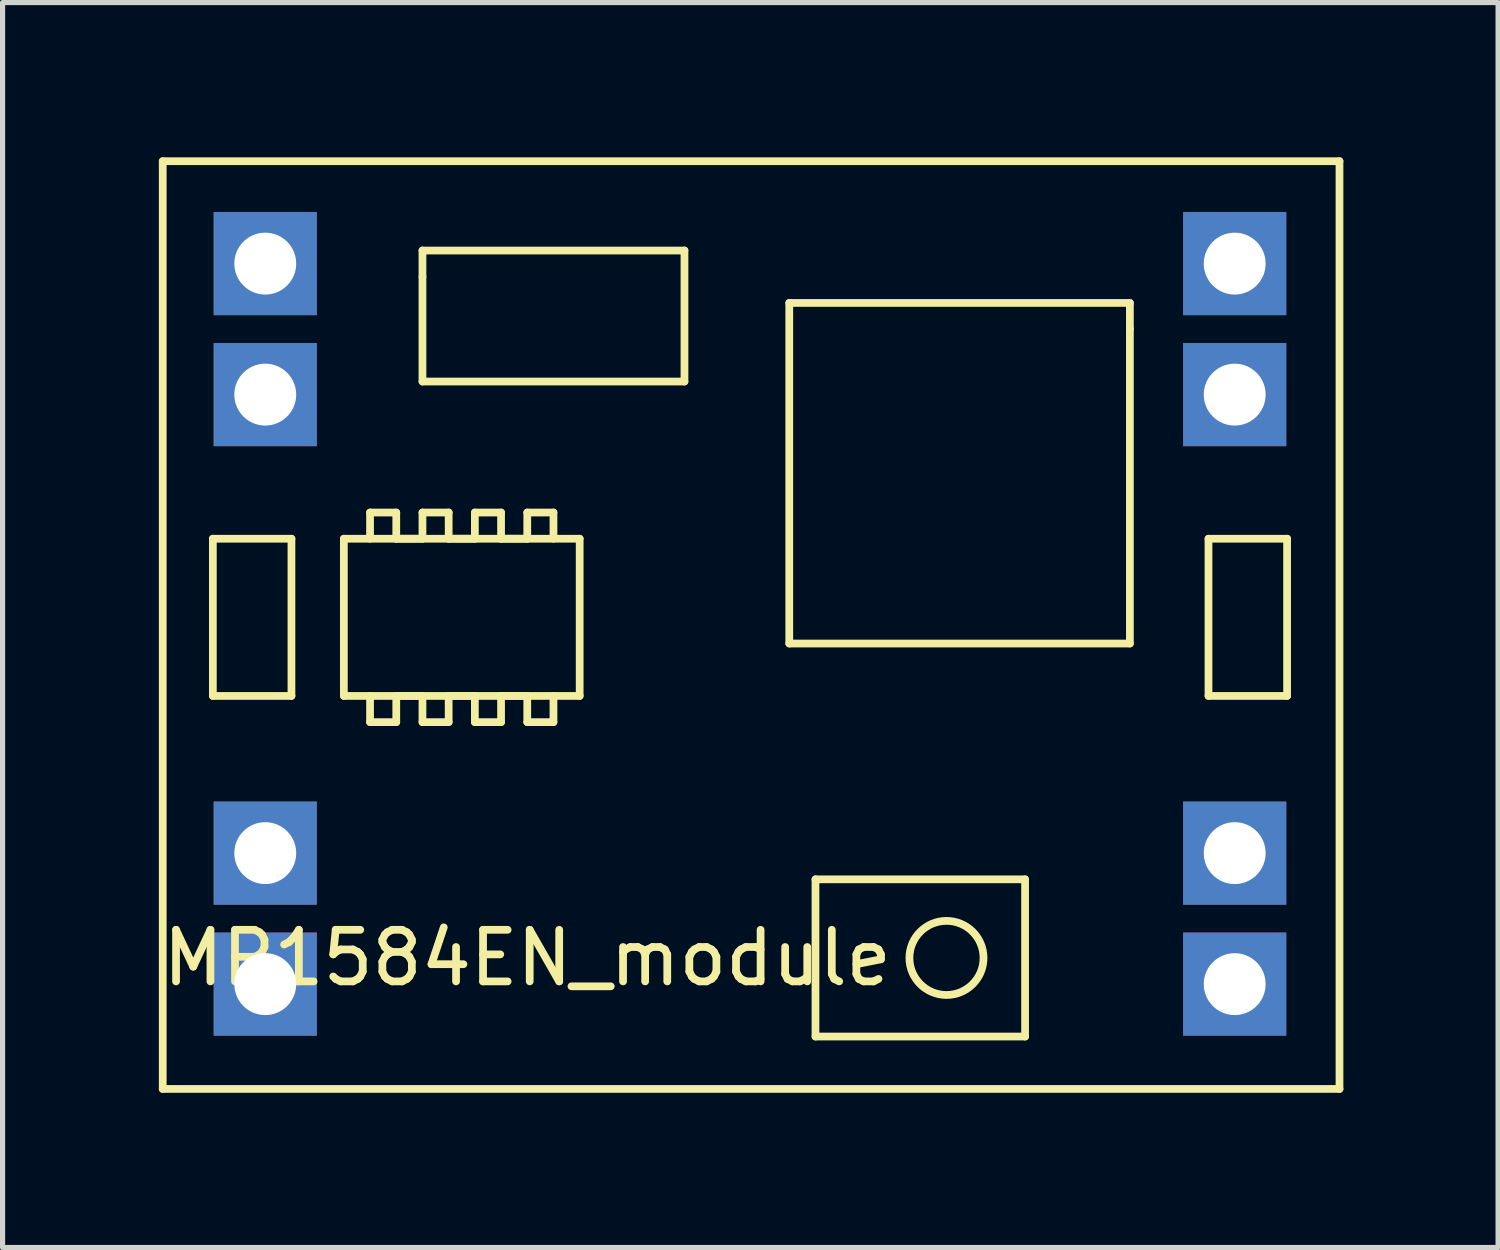
<source format=kicad_pcb>
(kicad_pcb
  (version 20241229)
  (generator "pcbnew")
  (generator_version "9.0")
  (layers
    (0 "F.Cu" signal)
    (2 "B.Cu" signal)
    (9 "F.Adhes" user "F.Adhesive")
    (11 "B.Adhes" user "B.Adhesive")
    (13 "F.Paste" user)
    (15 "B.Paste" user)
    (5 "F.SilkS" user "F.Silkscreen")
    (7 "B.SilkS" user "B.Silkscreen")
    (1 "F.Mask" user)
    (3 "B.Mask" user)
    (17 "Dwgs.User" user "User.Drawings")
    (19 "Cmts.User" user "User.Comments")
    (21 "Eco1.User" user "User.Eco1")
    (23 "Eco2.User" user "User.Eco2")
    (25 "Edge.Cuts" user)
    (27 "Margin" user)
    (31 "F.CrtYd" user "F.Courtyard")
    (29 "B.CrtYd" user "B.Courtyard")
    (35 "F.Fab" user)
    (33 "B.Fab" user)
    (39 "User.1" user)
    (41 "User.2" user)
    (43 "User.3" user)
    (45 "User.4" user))
  (footprint "MP1584EN_module"
    (layer "F.Cu")
    (at 11.745 8.919)
    (property "Reference" "MP1584EN_module" (at -4.572 6.604 0) (layer "F.SilkS") (effects (font (size 1 1) (thickness 0.15))))
    (attr through_hole)
    (fp_line (start -11.64 -8.844) (end -11.64 9.144) (stroke (width 0.15) (type solid)) (layer "F.SilkS"))
    (fp_line (start -11.64 9.144) (end 11.176 9.144) (stroke (width 0.15) (type solid)) (layer "F.SilkS"))
    (fp_line (start -10.668 -1.524) (end -10.668 1.524) (stroke (width 0.15) (type solid)) (layer "F.SilkS"))
    (fp_line (start -10.668 1.524) (end -9.144 1.524) (stroke (width 0.15) (type solid)) (layer "F.SilkS"))
    (fp_line (start -9.144 -1.524) (end -10.668 -1.524) (stroke (width 0.15) (type solid)) (layer "F.SilkS"))
    (fp_line (start -9.144 1.524) (end -9.144 -1.524) (stroke (width 0.15) (type solid)) (layer "F.SilkS"))
    (fp_line (start -8.128 -1.524) (end -8.128 1.524) (stroke (width 0.15) (type solid)) (layer "F.SilkS"))
    (fp_line (start -8.128 1.524) (end -3.556 1.524) (stroke (width 0.15) (type solid)) (layer "F.SilkS"))
    (fp_line (start -7.62 -2.032) (end -7.112 -2.032) (stroke (width 0.15) (type solid)) (layer "F.SilkS"))
    (fp_line (start -7.62 -1.524) (end -7.62 -2.032) (stroke (width 0.15) (type solid)) (layer "F.SilkS"))
    (fp_line (start -7.62 1.524) (end -7.62 2.032) (stroke (width 0.15) (type solid)) (layer "F.SilkS"))
    (fp_line (start -7.62 2.032) (end -7.112 2.032) (stroke (width 0.15) (type solid)) (layer "F.SilkS"))
    (fp_line (start -7.112 -2.032) (end -7.112 -1.524) (stroke (width 0.15) (type solid)) (layer "F.SilkS"))
    (fp_line (start -7.112 -1.524) (end -6.604 -1.524) (stroke (width 0.15) (type solid)) (layer "F.SilkS"))
    (fp_line (start -7.112 1.524) (end -6.604 1.524) (stroke (width 0.15) (type solid)) (layer "F.SilkS"))
    (fp_line (start -7.112 2.032) (end -7.112 1.524) (stroke (width 0.15) (type solid)) (layer "F.SilkS"))
    (fp_line (start -6.604 -7.112) (end -6.604 -6.604) (stroke (width 0.15) (type solid)) (layer "F.SilkS"))
    (fp_line (start -6.604 -6.604) (end -6.604 -4.572) (stroke (width 0.15) (type solid)) (layer "F.SilkS"))
    (fp_line (start -6.604 -4.572) (end -1.524 -4.572) (stroke (width 0.15) (type solid)) (layer "F.SilkS"))
    (fp_line (start -6.604 -2.032) (end -6.096 -2.032) (stroke (width 0.15) (type solid)) (layer "F.SilkS"))
    (fp_line (start -6.604 -1.524) (end -6.604 -2.032) (stroke (width 0.15) (type solid)) (layer "F.SilkS"))
    (fp_line (start -6.604 1.524) (end -6.604 2.032) (stroke (width 0.15) (type solid)) (layer "F.SilkS"))
    (fp_line (start -6.604 2.032) (end -6.096 2.032) (stroke (width 0.15) (type solid)) (layer "F.SilkS"))
    (fp_line (start -6.096 -2.032) (end -6.096 -1.524) (stroke (width 0.15) (type solid)) (layer "F.SilkS"))
    (fp_line (start -6.096 -1.524) (end -5.588 -1.524) (stroke (width 0.15) (type solid)) (layer "F.SilkS"))
    (fp_line (start -6.096 1.524) (end -5.588 1.524) (stroke (width 0.15) (type solid)) (layer "F.SilkS"))
    (fp_line (start -6.096 2.032) (end -6.096 1.524) (stroke (width 0.15) (type solid)) (layer "F.SilkS"))
    (fp_line (start -5.588 -2.032) (end -5.08 -2.032) (stroke (width 0.15) (type solid)) (layer "F.SilkS"))
    (fp_line (start -5.588 -1.524) (end -5.588 -2.032) (stroke (width 0.15) (type solid)) (layer "F.SilkS"))
    (fp_line (start -5.588 1.524) (end -5.588 2.032) (stroke (width 0.15) (type solid)) (layer "F.SilkS"))
    (fp_line (start -5.588 2.032) (end -5.08 2.032) (stroke (width 0.15) (type solid)) (layer "F.SilkS"))
    (fp_line (start -5.08 -2.032) (end -5.08 -1.524) (stroke (width 0.15) (type solid)) (layer "F.SilkS"))
    (fp_line (start -5.08 -1.524) (end -4.572 -1.524) (stroke (width 0.15) (type solid)) (layer "F.SilkS"))
    (fp_line (start -5.08 1.524) (end -4.572 1.524) (stroke (width 0.15) (type solid)) (layer "F.SilkS"))
    (fp_line (start -5.08 2.032) (end -5.08 1.524) (stroke (width 0.15) (type solid)) (layer "F.SilkS"))
    (fp_line (start -4.572 -2.032) (end -4.064 -2.032) (stroke (width 0.15) (type solid)) (layer "F.SilkS"))
    (fp_line (start -4.572 -1.524) (end -4.572 -2.032) (stroke (width 0.15) (type solid)) (layer "F.SilkS"))
    (fp_line (start -4.572 1.524) (end -4.572 2.032) (stroke (width 0.15) (type solid)) (layer "F.SilkS"))
    (fp_line (start -4.572 2.032) (end -4.064 2.032) (stroke (width 0.15) (type solid)) (layer "F.SilkS"))
    (fp_line (start -4.064 -2.032) (end -4.064 -1.524) (stroke (width 0.15) (type solid)) (layer "F.SilkS"))
    (fp_line (start -4.064 2.032) (end -4.064 1.524) (stroke (width 0.15) (type solid)) (layer "F.SilkS"))
    (fp_line (start -3.556 -1.524) (end -8.128 -1.524) (stroke (width 0.15) (type solid)) (layer "F.SilkS"))
    (fp_line (start -3.556 1.524) (end -3.556 -1.524) (stroke (width 0.15) (type solid)) (layer "F.SilkS"))
    (fp_line (start -1.524 -7.112) (end -6.604 -7.112) (stroke (width 0.15) (type solid)) (layer "F.SilkS"))
    (fp_line (start -1.524 -4.572) (end -1.524 -7.112) (stroke (width 0.15) (type solid)) (layer "F.SilkS"))
    (fp_line (start 0.508 -6.096) (end 7.112 -6.096) (stroke (width 0.15) (type solid)) (layer "F.SilkS"))
    (fp_line (start 0.508 0.508) (end 0.508 -6.096) (stroke (width 0.15) (type solid)) (layer "F.SilkS"))
    (fp_line (start 1.016 5.08) (end 5.08 5.08) (stroke (width 0.15) (type solid)) (layer "F.SilkS"))
    (fp_line (start 1.016 8.128) (end 1.016 5.08) (stroke (width 0.15) (type solid)) (layer "F.SilkS"))
    (fp_line (start 5.08 5.08) (end 5.08 8.128) (stroke (width 0.15) (type solid)) (layer "F.SilkS"))
    (fp_line (start 5.08 8.128) (end 1.016 8.128) (stroke (width 0.15) (type solid)) (layer "F.SilkS"))
    (fp_line (start 7.112 -6.096) (end 7.112 -5.588) (stroke (width 0.15) (type solid)) (layer "F.SilkS"))
    (fp_line (start 7.112 -5.588) (end 7.112 0.508) (stroke (width 0.15) (type solid)) (layer "F.SilkS"))
    (fp_line (start 7.112 0.508) (end 0.508 0.508) (stroke (width 0.15) (type solid)) (layer "F.SilkS"))
    (fp_line (start 8.636 -1.524) (end 8.636 1.524) (stroke (width 0.15) (type solid)) (layer "F.SilkS"))
    (fp_line (start 8.636 1.524) (end 10.16 1.524) (stroke (width 0.15) (type solid)) (layer "F.SilkS"))
    (fp_line (start 10.16 -1.524) (end 8.636 -1.524) (stroke (width 0.15) (type solid)) (layer "F.SilkS"))
    (fp_line (start 10.16 1.524) (end 10.16 -1.524) (stroke (width 0.15) (type solid)) (layer "F.SilkS"))
    (fp_line (start 11.176 -8.844) (end -11.64 -8.844) (stroke (width 0.15) (type solid)) (layer "F.SilkS"))
    (fp_line (start 11.176 9.144) (end 11.176 -8.844) (stroke (width 0.15) (type solid)) (layer "F.SilkS"))
    (fp_circle (center 3.556 6.604) (end 4.064 7.112) (stroke (width 0.15) (type solid)) (fill no) (layer "F.SilkS"))
    (pad "1" thru_hole rect (at -9.652 7.112 180) (size 2 2) (drill 1.2) (layers "*.Cu" "*.Mask"))
    (pad "2" thru_hole rect (at -9.652 4.572 180) (size 2 2) (drill 1.2) (layers "*.Cu" "*.Mask"))
    (pad "3" thru_hole rect (at -9.652 -4.318 180) (size 2 2) (drill 1.2) (layers "*.Cu" "*.Mask"))
    (pad "4" thru_hole rect (at -9.652 -6.858 180) (size 2 2) (drill 1.2) (layers "*.Cu" "*.Mask"))
    (pad "5" thru_hole rect (at 9.144 -6.858 180) (size 2 2) (drill 1.2) (layers "*.Cu" "*.Mask"))
    (pad "6" thru_hole rect (at 9.144 -4.318 180) (size 2 2) (drill 1.2) (layers "*.Cu" "*.Mask"))
    (pad "7" thru_hole rect (at 9.144 4.572 180) (size 2 2) (drill 1.2) (layers "*.Cu" "*.Mask"))
    (pad "8" thru_hole rect (at 9.144 7.112 180) (size 2 2) (drill 1.2) (layers "*.Cu" "*.Mask")))
  (gr_rect
    (start -3 -3)
    (end 25.996 21.138)
    (stroke (width 0.1) (type default))
    (fill no)
    (layer "Edge.Cuts")))
</source>
